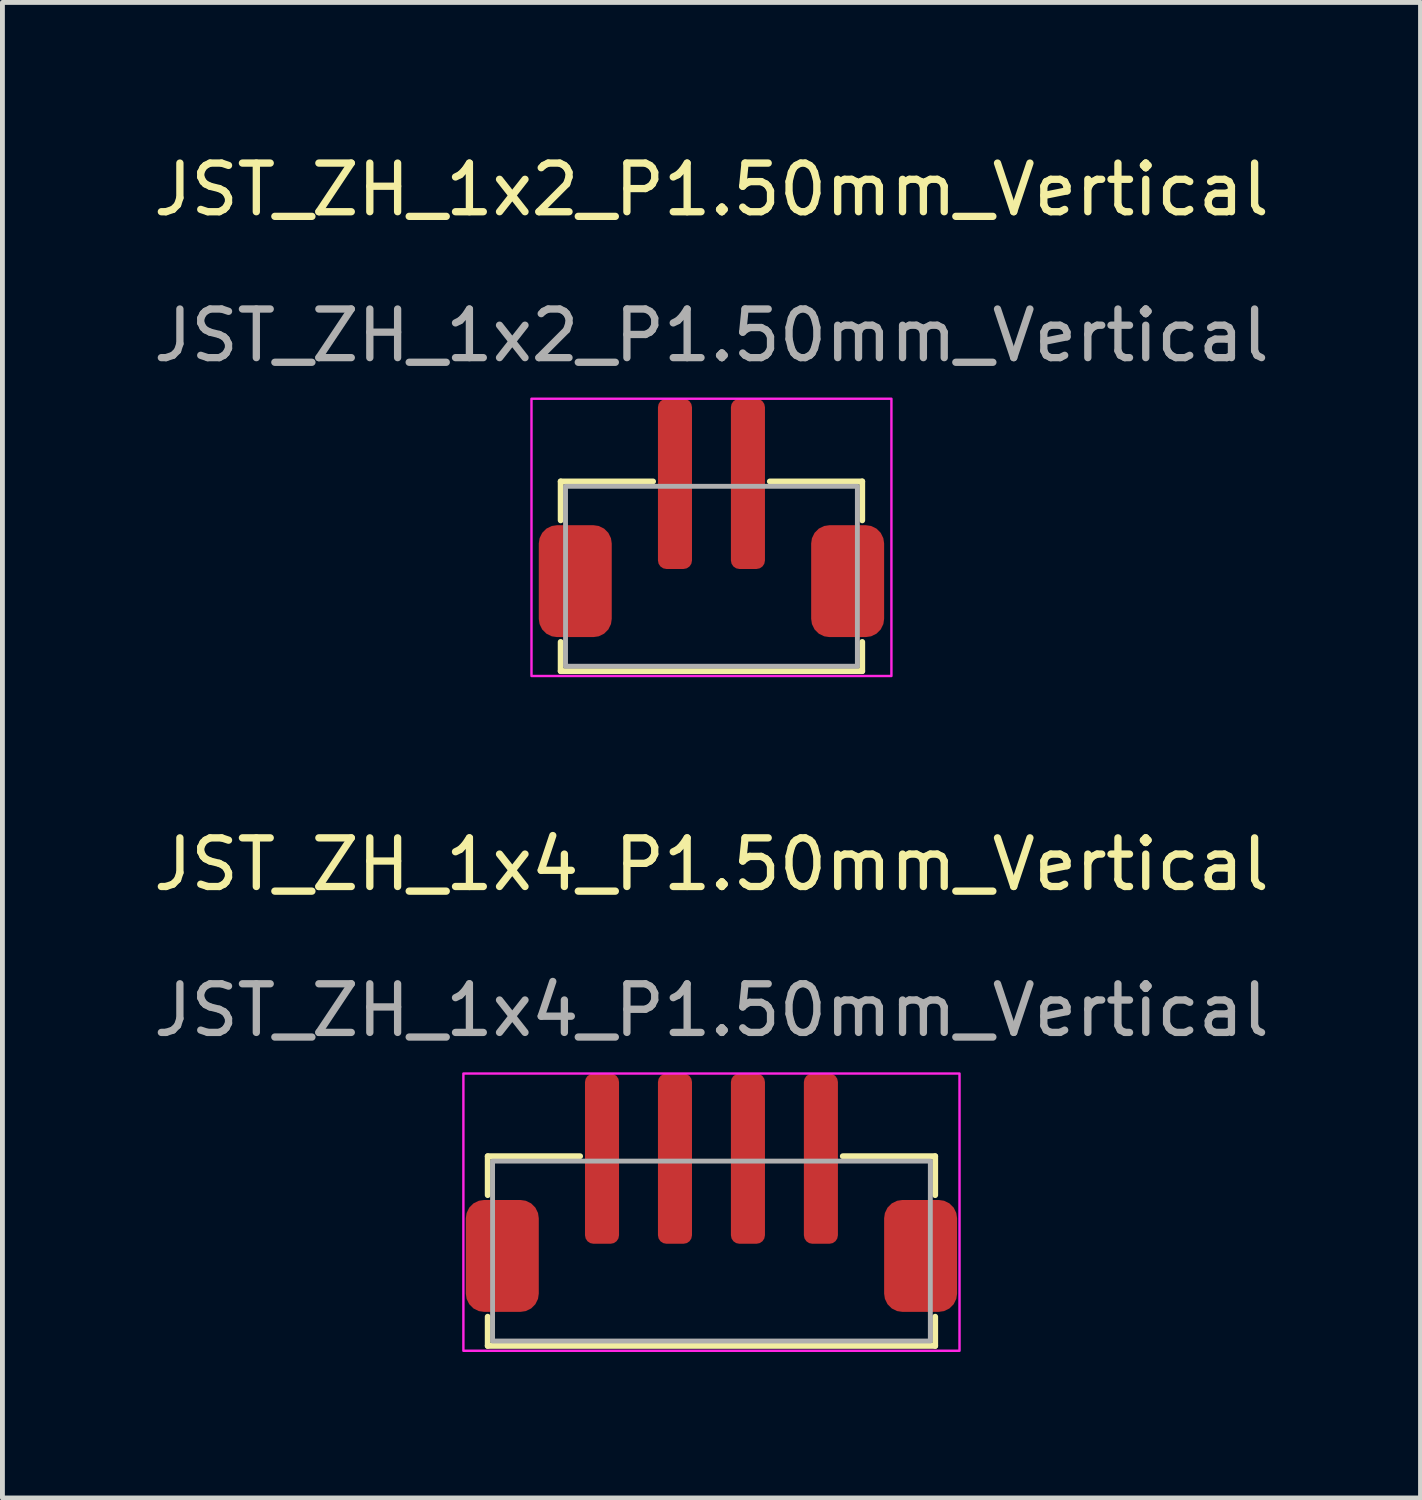
<source format=kicad_pcb>
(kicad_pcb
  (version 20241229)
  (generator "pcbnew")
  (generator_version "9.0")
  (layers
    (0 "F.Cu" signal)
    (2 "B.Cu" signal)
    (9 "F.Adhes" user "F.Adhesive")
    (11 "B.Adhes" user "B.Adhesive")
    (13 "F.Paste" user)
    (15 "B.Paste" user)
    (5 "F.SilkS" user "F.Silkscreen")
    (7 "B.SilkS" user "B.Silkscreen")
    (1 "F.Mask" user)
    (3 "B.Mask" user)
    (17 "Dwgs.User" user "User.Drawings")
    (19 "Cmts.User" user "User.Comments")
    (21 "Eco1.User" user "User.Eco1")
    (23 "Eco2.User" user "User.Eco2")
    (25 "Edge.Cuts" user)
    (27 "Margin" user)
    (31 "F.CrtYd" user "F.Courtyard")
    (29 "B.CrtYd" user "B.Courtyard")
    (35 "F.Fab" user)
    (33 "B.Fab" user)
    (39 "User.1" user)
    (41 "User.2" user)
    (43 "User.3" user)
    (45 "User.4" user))
  (footprint "JST_ZH_1x4_P1.50mm_Vertical"
    (layer "F.Cu")
    (at 11.577 22.521)
    (property "Reference" "JST_ZH_1x4_P1.50mm_Vertical" (at 0 -7.8 0) (unlocked yes) (layer "F.SilkS") (effects (font (size 1 1) (thickness 0.15))))
    (attr smd)
    (fp_line (start -4.6 -1.8) (end -2.7 -1.8) (stroke (width 0.12) (type solid)) (layer "F.SilkS"))
    (fp_line (start -4.6 -1) (end -4.6 -1.8) (stroke (width 0.12) (type solid)) (layer "F.SilkS"))
    (fp_line (start -4.6 1.5) (end -4.6 2.1) (stroke (width 0.12) (type solid)) (layer "F.SilkS"))
    (fp_line (start -4.6 2.1) (end 4.6 2.1) (stroke (width 0.12) (type solid)) (layer "F.SilkS"))
    (fp_line (start 4.6 -1.8) (end 2.7 -1.8) (stroke (width 0.12) (type solid)) (layer "F.SilkS"))
    (fp_line (start 4.6 -1) (end 4.6 -1.8) (stroke (width 0.12) (type solid)) (layer "F.SilkS"))
    (fp_line (start 4.6 2.1) (end 4.6 1.5) (stroke (width 0.12) (type solid)) (layer "F.SilkS"))
    (fp_rect (start -5.1 -3.5) (end 5.1 2.2) (stroke (width 0.05) (type solid)) (fill no) (layer "F.CrtYd"))
    (fp_rect (start -4.5 -1.7) (end 4.5 2) (stroke (width 0.1) (type solid)) (fill no) (layer "F.Fab"))
    (fp_text user "${REFERENCE}" (at 0 -4.8 0) (unlocked yes) (layer "F.Fab") (effects (font (size 1 1) (thickness 0.15))))
    (pad "1" smd roundrect (at 2.25 -1.75) (size 0.7 3.5) (layers "F.Cu" "F.Mask" "F.Paste") (roundrect_rratio 0.25))
    (pad "2" smd roundrect (at 0.75 -1.75) (size 0.7 3.5) (layers "F.Cu" "F.Mask" "F.Paste") (roundrect_rratio 0.25))
    (pad "3" smd roundrect (at -0.75 -1.75) (size 0.7 3.5) (layers "F.Cu" "F.Mask" "F.Paste") (roundrect_rratio 0.25))
    (pad "4" smd roundrect (at -2.25 -1.75) (size 0.7 3.5) (layers "F.Cu" "F.Mask" "F.Paste") (roundrect_rratio 0.25))
    (pad "MP" smd roundrect (at -4.3 0.25) (size 1.5 2.3) (layers "F.Cu" "F.Mask" "F.Paste") (roundrect_rratio 0.25))
    (pad "MP" smd roundrect (at 4.3 0.25) (size 1.5 2.3) (layers "F.Cu" "F.Mask" "F.Paste") (roundrect_rratio 0.25)))
  (footprint "JST_ZH_1x2_P1.50mm_Vertical"
    (layer "F.Cu")
    (at 11.577 8.648)
    (property "Reference" "JST_ZH_1x2_P1.50mm_Vertical" (at 0 -7.8 0) (unlocked yes) (layer "F.SilkS") (effects (font (size 1 1) (thickness 0.15))))
    (attr smd)
    (fp_line (start -3.1 -1.8) (end -1.2 -1.8) (stroke (width 0.12) (type solid)) (layer "F.SilkS"))
    (fp_line (start -3.1 -1) (end -3.1 -1.8) (stroke (width 0.12) (type solid)) (layer "F.SilkS"))
    (fp_line (start -3.1 1.5) (end -3.1 2.1) (stroke (width 0.12) (type solid)) (layer "F.SilkS"))
    (fp_line (start -3.1 2.1) (end 3.1 2.1) (stroke (width 0.12) (type solid)) (layer "F.SilkS"))
    (fp_line (start 3.1 -1.8) (end 1.2 -1.8) (stroke (width 0.12) (type solid)) (layer "F.SilkS"))
    (fp_line (start 3.1 -1) (end 3.1 -1.8) (stroke (width 0.12) (type solid)) (layer "F.SilkS"))
    (fp_line (start 3.1 2.1) (end 3.1 1.5) (stroke (width 0.12) (type solid)) (layer "F.SilkS"))
    (fp_rect (start -3.7 -3.5) (end 3.7 2.2) (stroke (width 0.05) (type solid)) (fill no) (layer "F.CrtYd"))
    (fp_rect (start -3 -1.7) (end 3 2) (stroke (width 0.1) (type solid)) (fill no) (layer "F.Fab"))
    (fp_text user "${REFERENCE}" (at 0 -4.8 0) (unlocked yes) (layer "F.Fab") (effects (font (size 1 1) (thickness 0.15))))
    (pad "1" smd roundrect (at 0.75 -1.75) (size 0.7 3.5) (layers "F.Cu" "F.Mask" "F.Paste") (roundrect_rratio 0.25))
    (pad "2" smd roundrect (at -0.75 -1.75) (size 0.7 3.5) (layers "F.Cu" "F.Mask" "F.Paste") (roundrect_rratio 0.25))
    (pad "MP" smd roundrect (at -2.8 0.25) (size 1.5 2.3) (layers "F.Cu" "F.Mask" "F.Paste") (roundrect_rratio 0.25))
    (pad "MP" smd roundrect (at 2.8 0.25) (size 1.5 2.3) (layers "F.Cu" "F.Mask" "F.Paste") (roundrect_rratio 0.25)))
  (gr_rect
    (start -3 -3)
    (end 26.155 27.747)
    (stroke (width 0.1) (type default))
    (fill no)
    (layer "Edge.Cuts")))
</source>
